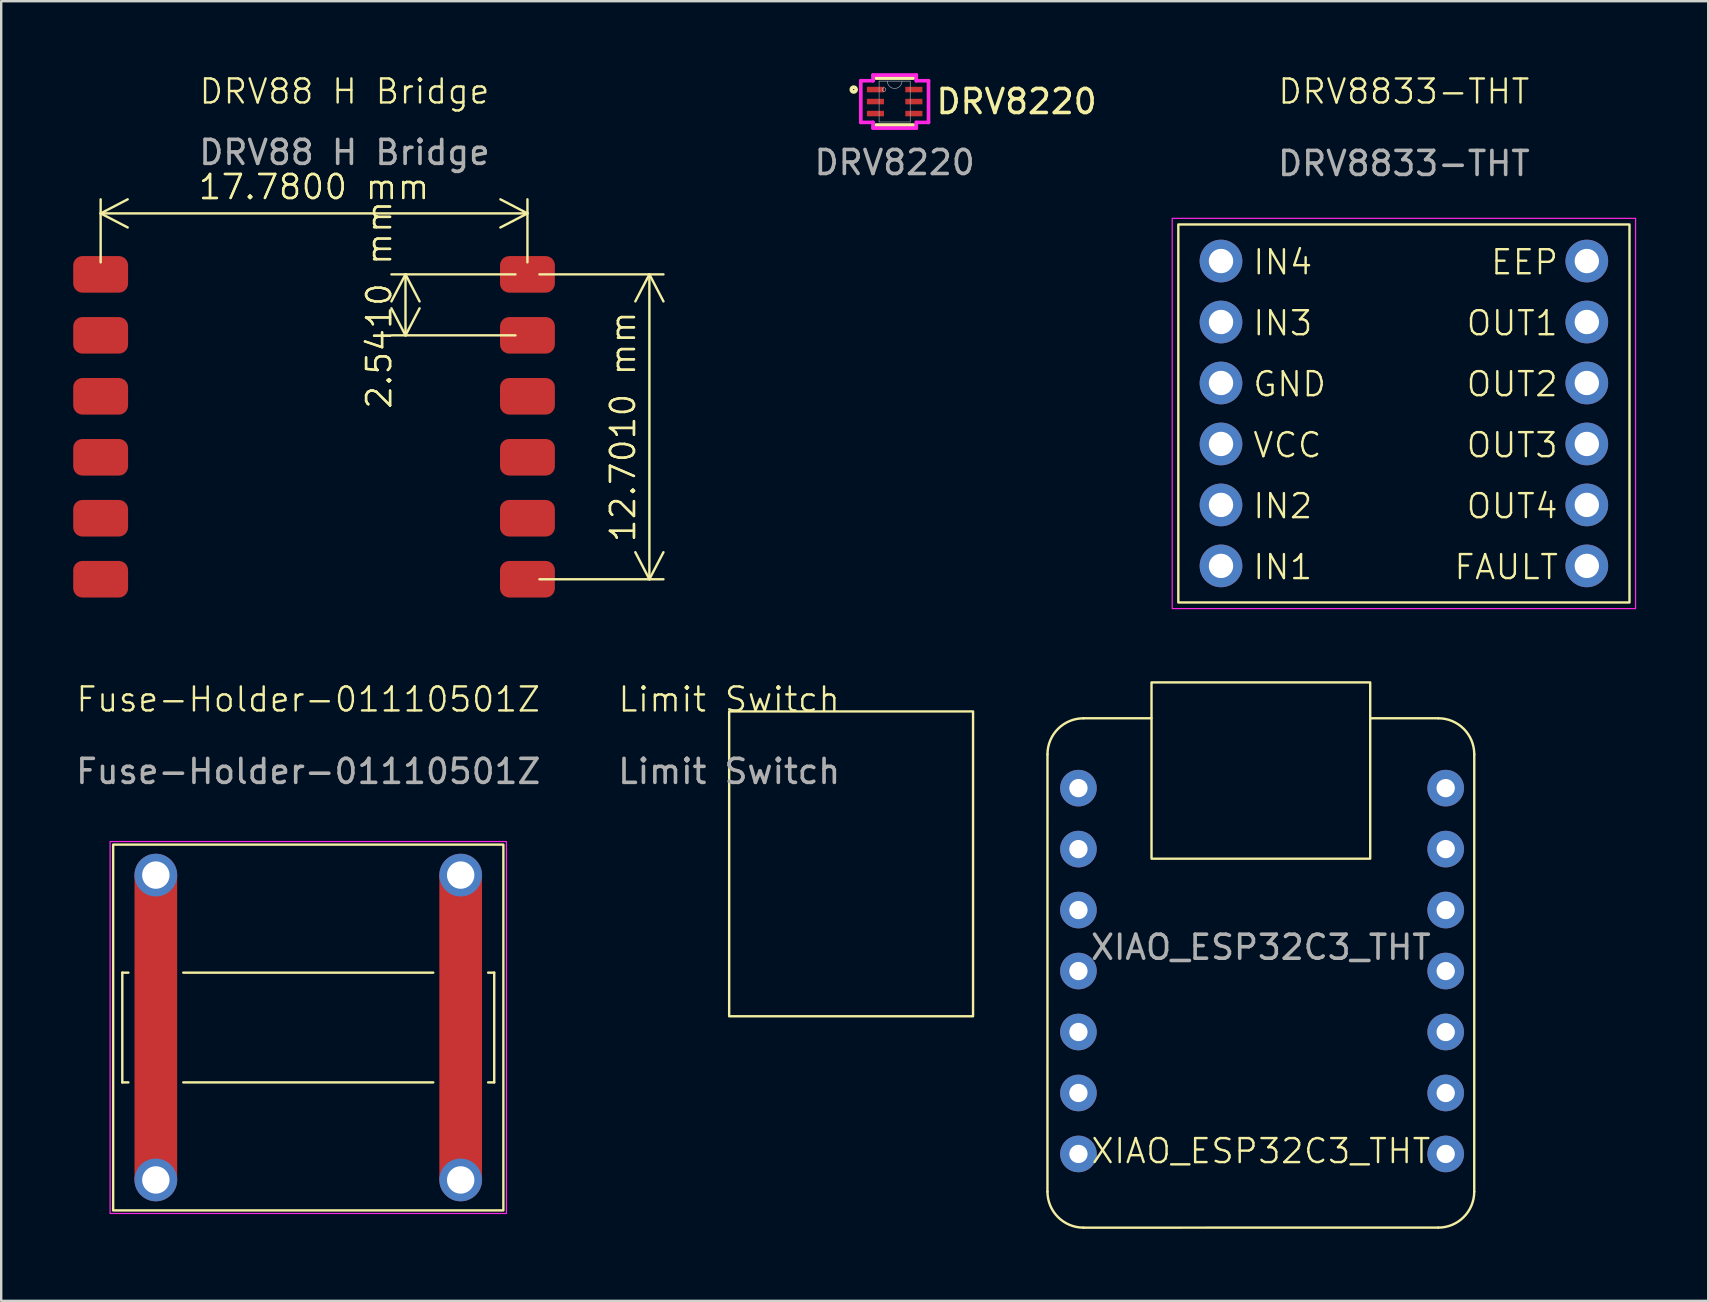
<source format=kicad_pcb>
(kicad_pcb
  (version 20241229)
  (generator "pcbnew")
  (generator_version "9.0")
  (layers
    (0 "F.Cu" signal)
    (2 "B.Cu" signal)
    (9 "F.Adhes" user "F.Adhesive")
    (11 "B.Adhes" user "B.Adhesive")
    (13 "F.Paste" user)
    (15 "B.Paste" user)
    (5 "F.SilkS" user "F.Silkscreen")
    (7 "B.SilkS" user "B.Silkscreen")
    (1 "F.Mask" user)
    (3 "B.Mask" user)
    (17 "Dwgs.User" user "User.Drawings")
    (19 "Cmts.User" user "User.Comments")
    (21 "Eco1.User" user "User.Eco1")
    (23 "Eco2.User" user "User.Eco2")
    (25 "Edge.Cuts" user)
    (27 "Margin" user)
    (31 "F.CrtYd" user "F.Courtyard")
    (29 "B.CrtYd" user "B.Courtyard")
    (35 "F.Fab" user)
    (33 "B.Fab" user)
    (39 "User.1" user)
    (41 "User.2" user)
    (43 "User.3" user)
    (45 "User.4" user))
  (footprint "DRV88 H Bridge"
    (layer "F.Cu")
    (at 11.303 13.46)
    (property "Reference" "DRV88 H Bridge" (at 0 -12.7 0) (unlocked yes) (layer "F.SilkS") (effects (font (size 1 1) (thickness 0.1))))
    (attr smd)
    (fp_text user "${REFERENCE}" (at 0 -10.16 0) (unlocked yes) (layer "F.Fab") (effects (font (size 1 1) (thickness 0.15))))
    (dimension (type aligned) (layer "F.SilkS") (pts (xy 18.923 8.38) (xy 18.923 21.081)) (height -5.08) (format (prefix "") (suffix "") (units 3) (units_format 1) (precision 4)) (style (thickness 0.1) (arrow_length 1.27) (text_position_mode 0) (arrow_direction outward) (extension_height 0.586) (extension_offset 0.5) (keep_text_aligned yes)) (gr_text "12.7000 mm" (at 22.903 14.73 90) (layer "F.SilkS") (effects (font (size 1 1) (thickness 0.1)))))
    (dimension (type aligned) (layer "F.SilkS") (pts (xy 18.923 8.38) (xy 18.923 10.921)) (height 5.08) (format (prefix "") (suffix "") (units 3) (units_format 1) (precision 4)) (style (thickness 0.1) (arrow_length 1.27) (text_position_mode 0) (arrow_direction outward) (extension_height 0.586) (extension_offset 0.5) (keep_text_aligned yes)) (gr_text "2.5400 mm" (at 12.743 9.65 90) (layer "F.SilkS") (effects (font (size 1 1) (thickness 0.1)))))
    (dimension (type aligned) (layer "F.SilkS") (pts (xy 1.143 8.38) (xy 18.923 8.38)) (height -2.54) (format (prefix "") (suffix "") (units 3) (units_format 1) (precision 4)) (style (thickness 0.1) (arrow_length 1.27) (text_position_mode 0) (arrow_direction outward) (extension_height 0.586) (extension_offset 0.5) (keep_text_aligned yes)) (gr_text "17.7800 mm" (at 10.033 4.74 0) (layer "F.SilkS") (effects (font (size 1 1) (thickness 0.1)))))
    (pad "1" smd roundrect (at -10.16 -5.08) (size 2.286 1.524) (layers "F.Cu" "F.Mask" "F.Paste") (roundrect_rratio 0.25))
    (pad "2" smd roundrect (at -10.16 -2.54) (size 2.286 1.524) (layers "F.Cu" "F.Mask" "F.Paste") (roundrect_rratio 0.25))
    (pad "3" smd roundrect (at -10.16 0) (size 2.286 1.524) (layers "F.Cu" "F.Mask" "F.Paste") (roundrect_rratio 0.25))
    (pad "4" smd roundrect (at -10.16 2.54) (size 2.286 1.524) (layers "F.Cu" "F.Mask" "F.Paste") (roundrect_rratio 0.25))
    (pad "5" smd roundrect (at -10.16 5.08) (size 2.286 1.524) (layers "F.Cu" "F.Mask" "F.Paste") (roundrect_rratio 0.25))
    (pad "6" smd roundrect (at -10.16 7.62) (size 2.286 1.524) (layers "F.Cu" "F.Mask" "F.Paste") (roundrect_rratio 0.25))
    (pad "7" smd roundrect (at 7.62 -5.08) (size 2.286 1.524) (layers "F.Cu" "F.Mask" "F.Paste") (roundrect_rratio 0.25))
    (pad "8" smd roundrect (at 7.62 -2.54) (size 2.286 1.524) (layers "F.Cu" "F.Mask" "F.Paste") (roundrect_rratio 0.25))
    (pad "9" smd roundrect (at 7.62 0) (size 2.286 1.524) (layers "F.Cu" "F.Mask" "F.Paste") (roundrect_rratio 0.25))
    (pad "10" smd roundrect (at 7.62 2.54) (size 2.286 1.524) (layers "F.Cu" "F.Mask" "F.Paste") (roundrect_rratio 0.25))
    (pad "11" smd roundrect (at 7.62 5.08) (size 2.286 1.524) (layers "F.Cu" "F.Mask" "F.Paste") (roundrect_rratio 0.25))
    (pad "12" smd roundrect (at 7.62 7.62) (size 2.286 1.524) (layers "F.Cu" "F.Mask" "F.Paste") (roundrect_rratio 0.25)))
  (footprint "Fuse-Holder-01110501Z"
    (layer "F.Cu")
    (at 9.792 39.756)
    (property "Reference" "Fuse-Holder-01110501Z" (at 0 -13.668 0) (unlocked yes) (layer "F.SilkS") (effects (font (size 1 1) (thickness 0.1))))
    (attr through_hole)
    (fp_line (start -7.747 -2.286) (end -7.493 -2.286) (stroke (width 0.1) (type default)) (layer "F.SilkS"))
    (fp_line (start -7.747 2.286) (end -7.747 -2.286) (stroke (width 0.1) (type default)) (layer "F.SilkS"))
    (fp_line (start -7.747 2.286) (end -7.493 2.286) (stroke (width 0.1) (type default)) (layer "F.SilkS"))
    (fp_line (start -5.207 -2.286) (end 5.207 -2.286) (stroke (width 0.1) (type default)) (layer "F.SilkS"))
    (fp_line (start -5.207 2.286) (end 5.207 2.286) (stroke (width 0.1) (type default)) (layer "F.SilkS"))
    (fp_line (start 7.747 -2.286) (end 7.493 -2.286) (stroke (width 0.1) (type default)) (layer "F.SilkS"))
    (fp_line (start 7.747 -2.286) (end 7.747 2.286) (stroke (width 0.1) (type default)) (layer "F.SilkS"))
    (fp_line (start 7.747 2.286) (end 7.493 2.286) (stroke (width 0.1) (type default)) (layer "F.SilkS"))
    (fp_rect (start -8.128 -7.62) (end 8.128 7.62) (stroke (width 0.1) (type default)) (fill no) (layer "F.SilkS"))
    (fp_rect (start -8.255 -7.747) (end 8.255 7.747) (stroke (width 0.05) (type default)) (fill no) (layer "F.CrtYd"))
    (fp_text user "${REFERENCE}" (at 0 -10.668 0) (unlocked yes) (layer "F.Fab") (effects (font (size 1 1) (thickness 0.15))))
    (pad "1" thru_hole circle (at -6.35 -6.35) (size 1.778 1.778) (drill 1.143) (layers "*.Cu" "*.Mask"))
    (pad "1" smd rect (at -6.35 0) (size 1.778 12.7) (layers "F.Cu" "F.Mask" "F.Paste"))
    (pad "1" thru_hole circle (at -6.35 6.35) (size 1.778 1.778) (drill 1.143) (layers "*.Cu" "*.Mask"))
    (pad "2" thru_hole circle (at 6.35 -6.35) (size 1.778 1.778) (drill 1.143) (layers "*.Cu" "*.Mask"))
    (pad "2" smd rect (at 6.35 0) (size 1.778 12.7) (layers "F.Cu" "F.Mask" "F.Paste"))
    (pad "2" thru_hole circle (at 6.35 6.35) (size 1.778 1.778) (drill 1.143) (layers "*.Cu" "*.Mask")))
  (footprint "DRV8220"
    (layer "F.Cu")
    (at 34.221 1.181)
    (property "Reference" "DRV8220" (at 5.08 0 0) (unlocked yes) (layer "F.SilkS") (effects (font (size 1 1) (thickness 0.15))))
    (attr smd)
    (fp_line (start -0.775 0.978) (end 0.775 0.978) (stroke (width 0.152) (type solid)) (layer "F.SilkS"))
    (fp_line (start 0.775 -0.978) (end -0.775 -0.978) (stroke (width 0.152) (type solid)) (layer "F.SilkS"))
    (fp_circle (center -1.706 -0.5) (end -1.605 -0.5) (stroke (width 0.152) (type solid)) (fill no) (layer "F.SilkS"))
    (fp_line (start -1.41 -0.868) (end -0.902 -0.868) (stroke (width 0.152) (type solid)) (layer "F.CrtYd"))
    (fp_line (start -1.41 0.868) (end -1.41 -0.868) (stroke (width 0.152) (type solid)) (layer "F.CrtYd"))
    (fp_line (start -1.41 0.868) (end -0.902 0.868) (stroke (width 0.152) (type solid)) (layer "F.CrtYd"))
    (fp_line (start -0.902 -1.105) (end 0.902 -1.105) (stroke (width 0.152) (type solid)) (layer "F.CrtYd"))
    (fp_line (start -0.902 -0.868) (end -0.902 -1.105) (stroke (width 0.152) (type solid)) (layer "F.CrtYd"))
    (fp_line (start -0.902 1.105) (end -0.902 0.868) (stroke (width 0.152) (type solid)) (layer "F.CrtYd"))
    (fp_line (start 0.902 -1.105) (end 0.902 -0.868) (stroke (width 0.152) (type solid)) (layer "F.CrtYd"))
    (fp_line (start 0.902 0.868) (end 0.902 1.105) (stroke (width 0.152) (type solid)) (layer "F.CrtYd"))
    (fp_line (start 0.902 1.105) (end -0.902 1.105) (stroke (width 0.152) (type solid)) (layer "F.CrtYd"))
    (fp_line (start 1.41 -0.868) (end 0.902 -0.868) (stroke (width 0.152) (type solid)) (layer "F.CrtYd"))
    (fp_line (start 1.41 -0.868) (end 1.41 0.868) (stroke (width 0.152) (type solid)) (layer "F.CrtYd"))
    (fp_line (start 1.41 0.868) (end 0.902 0.868) (stroke (width 0.152) (type solid)) (layer "F.CrtYd"))
    (fp_line (start -0.648 -0.851) (end -0.648 0.851) (stroke (width 0.025) (type solid)) (layer "F.Fab"))
    (fp_line (start -0.648 0.851) (end 0.648 0.851) (stroke (width 0.025) (type solid)) (layer "F.Fab"))
    (fp_line (start 0.648 -0.851) (end -0.648 -0.851) (stroke (width 0.025) (type solid)) (layer "F.Fab"))
    (fp_line (start 0.648 0.851) (end 0.648 -0.851) (stroke (width 0.025) (type solid)) (layer "F.Fab"))
    (fp_arc (start 0.3048 -0.8509) (mid 0 -0.5461) (end -0.3048 -0.8509) (stroke (width 0.0254) (type solid)) (layer "F.Fab"))
    (fp_circle (center -0.445 -0.5) (end -0.368 -0.5) (stroke (width 0.025) (type solid)) (fill no) (layer "F.Fab"))
    (fp_text user "${REFERENCE}" (at 0 2.54 0) (unlocked yes) (layer "F.Fab") (effects (font (size 1 1) (thickness 0.15))))
    (pad "1" smd rect (at -0.8 -0.5) (size 0.711 0.229) (layers "F.Cu" "F.Mask" "F.Paste"))
    (pad "2" smd rect (at -0.8 0) (size 0.711 0.229) (layers "F.Cu" "F.Mask" "F.Paste"))
    (pad "3" smd rect (at -0.8 0.5) (size 0.711 0.229) (layers "F.Cu" "F.Mask" "F.Paste"))
    (pad "4" smd rect (at 0.8 0.5) (size 0.711 0.229) (layers "F.Cu" "F.Mask" "F.Paste"))
    (pad "5" smd rect (at 0.8 0) (size 0.711 0.229) (layers "F.Cu" "F.Mask" "F.Paste"))
    (pad "6" smd rect (at 0.8 -0.5) (size 0.711 0.229) (layers "F.Cu" "F.Mask" "F.Paste")))
  (footprint "Limit Switch"
    (layer "F.Cu")
    (at 27.327 26.588)
    (property "Reference" "Limit Switch" (at 0 -0.5 0) (unlocked yes) (layer "F.SilkS") (effects (font (size 1 1) (thickness 0.1))))
    (attr smd)
    (fp_rect (start 0 0) (end 10.16 12.7) (stroke (width 0.1) (type default)) (fill no) (layer "F.SilkS"))
    (fp_text user "${REFERENCE}" (at 0 2.5 0) (unlocked yes) (layer "F.Fab") (effects (font (size 1 1) (thickness 0.15)))))
  (footprint "XIAO_ESP32C3_THT"
    (layer "F.Cu")
    (at 49.477 39.823)
    (property "Reference" "XIAO_ESP32C3_THT" (at 0 5.08 0) (unlocked yes) (layer "F.SilkS") (effects (font (size 1 1) (thickness 0.1))))
    (attr through_hole)
    (fp_line (start -8.89 6.77) (end -8.889 -11.449) (stroke (width 0.1) (type default)) (layer "F.SilkS"))
    (fp_line (start -7.389 -12.949) (end -4.56 -12.95) (stroke (width 0.1) (type default)) (layer "F.SilkS"))
    (fp_line (start 7.389 8.269) (end -7.39 8.27) (stroke (width 0.1) (type default)) (layer "F.SilkS"))
    (fp_line (start 7.39 -12.95) (end 4.56 -12.95) (stroke (width 0.1) (type default)) (layer "F.SilkS"))
    (fp_line (start 8.89 -11.45) (end 8.889 6.769) (stroke (width 0.1) (type default)) (layer "F.SilkS"))
    (fp_rect (start -4.555 -14.445) (end 4.555 -7.1) (stroke (width 0.1) (type default)) (fill no) (layer "F.SilkS"))
    (fp_arc (start -8.88934 -11.44934) (mid -8.45 -12.51) (end -7.38934 -12.94934) (stroke (width 0.1) (type default)) (layer "F.SilkS"))
    (fp_arc (start -7.39 8.27) (mid -8.45066 7.83066) (end -8.89 6.77) (stroke (width 0.1) (type default)) (layer "F.SilkS"))
    (fp_arc (start 7.39 -12.95) (mid 8.45066 -12.51066) (end 8.89 -11.45) (stroke (width 0.1) (type default)) (layer "F.SilkS"))
    (fp_arc (start 8.88934 6.76934) (mid 8.45 7.83) (end 7.38934 8.26934) (stroke (width 0.1) (type default)) (layer "F.SilkS"))
    (fp_text user "${REFERENCE}" (at 0 -3.41 0) (unlocked yes) (layer "F.Fab") (effects (font (size 1 1) (thickness 0.15))))
    (pad "1" thru_hole circle (at 7.7 -10.04) (size 1.524 1.524) (drill 0.762) (layers "*.Cu" "*.Mask"))
    (pad "2" thru_hole circle (at 7.7 -7.5) (size 1.524 1.524) (drill 0.762) (layers "*.Cu" "*.Mask"))
    (pad "3" thru_hole circle (at 7.7 -4.96) (size 1.524 1.524) (drill 0.762) (layers "*.Cu" "*.Mask"))
    (pad "4" thru_hole circle (at 7.7 -2.42) (size 1.524 1.524) (drill 0.762) (layers "*.Cu" "*.Mask"))
    (pad "5" thru_hole circle (at 7.7 0.12) (size 1.524 1.524) (drill 0.762) (layers "*.Cu" "*.Mask"))
    (pad "6" thru_hole circle (at 7.7 2.66) (size 1.524 1.524) (drill 0.762) (layers "*.Cu" "*.Mask"))
    (pad "7" thru_hole circle (at 7.7 5.2) (size 1.524 1.524) (drill 0.762) (layers "*.Cu" "*.Mask"))
    (pad "8" thru_hole circle (at -7.6 -10.04) (size 1.524 1.524) (drill 0.762) (layers "*.Cu" "*.Mask"))
    (pad "9" thru_hole circle (at -7.6 -7.5) (size 1.524 1.524) (drill 0.762) (layers "*.Cu" "*.Mask"))
    (pad "10" thru_hole circle (at -7.6 -4.96) (size 1.524 1.524) (drill 0.762) (layers "*.Cu" "*.Mask"))
    (pad "11" thru_hole circle (at -7.6 -2.42) (size 1.524 1.524) (drill 0.762) (layers "*.Cu" "*.Mask"))
    (pad "12" thru_hole circle (at -7.6 0.12) (size 1.524 1.524) (drill 0.762) (layers "*.Cu" "*.Mask"))
    (pad "13" thru_hole circle (at -7.6 2.66) (size 1.524 1.524) (drill 0.762) (layers "*.Cu" "*.Mask"))
    (pad "14" thru_hole circle (at -7.6 5.2) (size 1.524 1.524) (drill 0.762) (layers "*.Cu" "*.Mask")))
  (footprint "DRV8833-THT"
    (layer "F.Cu")
    (at 55.436 14.175)
    (property "Reference" "DRV8833-THT" (at 0 -13.414 0) (unlocked yes) (layer "F.SilkS") (effects (font (size 1 1) (thickness 0.1))))
    (attr through_hole)
    (fp_rect (start -9.398 -7.874) (end 9.398 7.874) (stroke (width 0.1) (type default)) (fill no) (layer "F.SilkS"))
    (fp_rect (start -9.652 -8.128) (end 9.652 8.128) (stroke (width 0.05) (type default)) (fill no) (layer "F.CrtYd"))
    (fp_text user "OUT3" (at 2.54 1.905 0) (unlocked yes) (layer "F.SilkS") (effects (font (size 1 1) (thickness 0.1)) (justify left bottom)))
    (fp_text user "FAULT" (at 2.032 6.985 0) (unlocked yes) (layer "F.SilkS") (effects (font (size 1 1) (thickness 0.1)) (justify left bottom)))
    (fp_text user "IN4" (at -6.35 -5.715 0) (unlocked yes) (layer "F.SilkS") (effects (font (size 1 1) (thickness 0.1)) (justify left bottom)))
    (fp_text user "IN3" (at -6.35 -3.175 0) (unlocked yes) (layer "F.SilkS") (effects (font (size 1 1) (thickness 0.1)) (justify left bottom)))
    (fp_text user "OUT4" (at 2.54 4.445 0) (unlocked yes) (layer "F.SilkS") (effects (font (size 1 1) (thickness 0.1)) (justify left bottom)))
    (fp_text user "OUT2" (at 2.54 -0.635 0) (unlocked yes) (layer "F.SilkS") (effects (font (size 1 1) (thickness 0.1)) (justify left bottom)))
    (fp_text user "IN2" (at -6.35 4.445 0) (unlocked yes) (layer "F.SilkS") (effects (font (size 1 1) (thickness 0.1)) (justify left bottom)))
    (fp_text user "GND" (at -6.35 -0.635 0) (unlocked yes) (layer "F.SilkS") (effects (font (size 1 1) (thickness 0.1)) (justify left bottom)))
    (fp_text user "IN1" (at -6.35 6.985 0) (unlocked yes) (layer "F.SilkS") (effects (font (size 1 1) (thickness 0.1)) (justify left bottom)))
    (fp_text user "EEP" (at 3.556 -5.715 0) (unlocked yes) (layer "F.SilkS") (effects (font (size 1 1) (thickness 0.1)) (justify left bottom)))
    (fp_text user "OUT1" (at 2.54 -3.175 0) (unlocked yes) (layer "F.SilkS") (effects (font (size 1 1) (thickness 0.1)) (justify left bottom)))
    (fp_text user "VCC" (at -6.35 1.905 0) (unlocked yes) (layer "F.SilkS") (effects (font (size 1 1) (thickness 0.1)) (justify left bottom)))
    (fp_text user "${REFERENCE}" (at 0 -10.414 0) (unlocked yes) (layer "F.Fab") (effects (font (size 1 1) (thickness 0.15))))
    (pad "1" thru_hole circle (at 7.62 -6.35) (size 1.778 1.778) (drill 1.016) (layers "*.Cu" "*.Mask"))
    (pad "2" thru_hole circle (at 7.62 -3.81) (size 1.778 1.778) (drill 1.016) (layers "*.Cu" "*.Mask"))
    (pad "3" thru_hole circle (at 7.62 -1.27) (size 1.778 1.778) (drill 1.016) (layers "*.Cu" "*.Mask"))
    (pad "4" thru_hole circle (at 7.62 1.27) (size 1.778 1.778) (drill 1.016) (layers "*.Cu" "*.Mask"))
    (pad "5" thru_hole circle (at 7.62 3.81) (size 1.778 1.778) (drill 1.016) (layers "*.Cu" "*.Mask"))
    (pad "6" thru_hole circle (at 7.62 6.35) (size 1.778 1.778) (drill 1.016) (layers "*.Cu" "*.Mask"))
    (pad "7" thru_hole circle (at -7.62 6.35) (size 1.778 1.778) (drill 1.016) (layers "*.Cu" "*.Mask"))
    (pad "8" thru_hole circle (at -7.62 3.81) (size 1.778 1.778) (drill 1.016) (layers "*.Cu" "*.Mask"))
    (pad "9" thru_hole circle (at -7.62 1.27) (size 1.778 1.778) (drill 1.016) (layers "*.Cu" "*.Mask"))
    (pad "10" thru_hole circle (at -7.62 -1.27) (size 1.778 1.778) (drill 1.016) (layers "*.Cu" "*.Mask"))
    (pad "11" thru_hole circle (at -7.62 -3.81) (size 1.778 1.778) (drill 1.016) (layers "*.Cu" "*.Mask"))
    (pad "12" thru_hole circle (at -7.62 -6.35) (size 1.778 1.778) (drill 1.016) (layers "*.Cu" "*.Mask")))
  (gr_rect
    (start -3 -3)
    (end 68.113 51.143)
    (stroke (width 0.1) (type default))
    (fill no)
    (layer "Edge.Cuts")))
</source>
